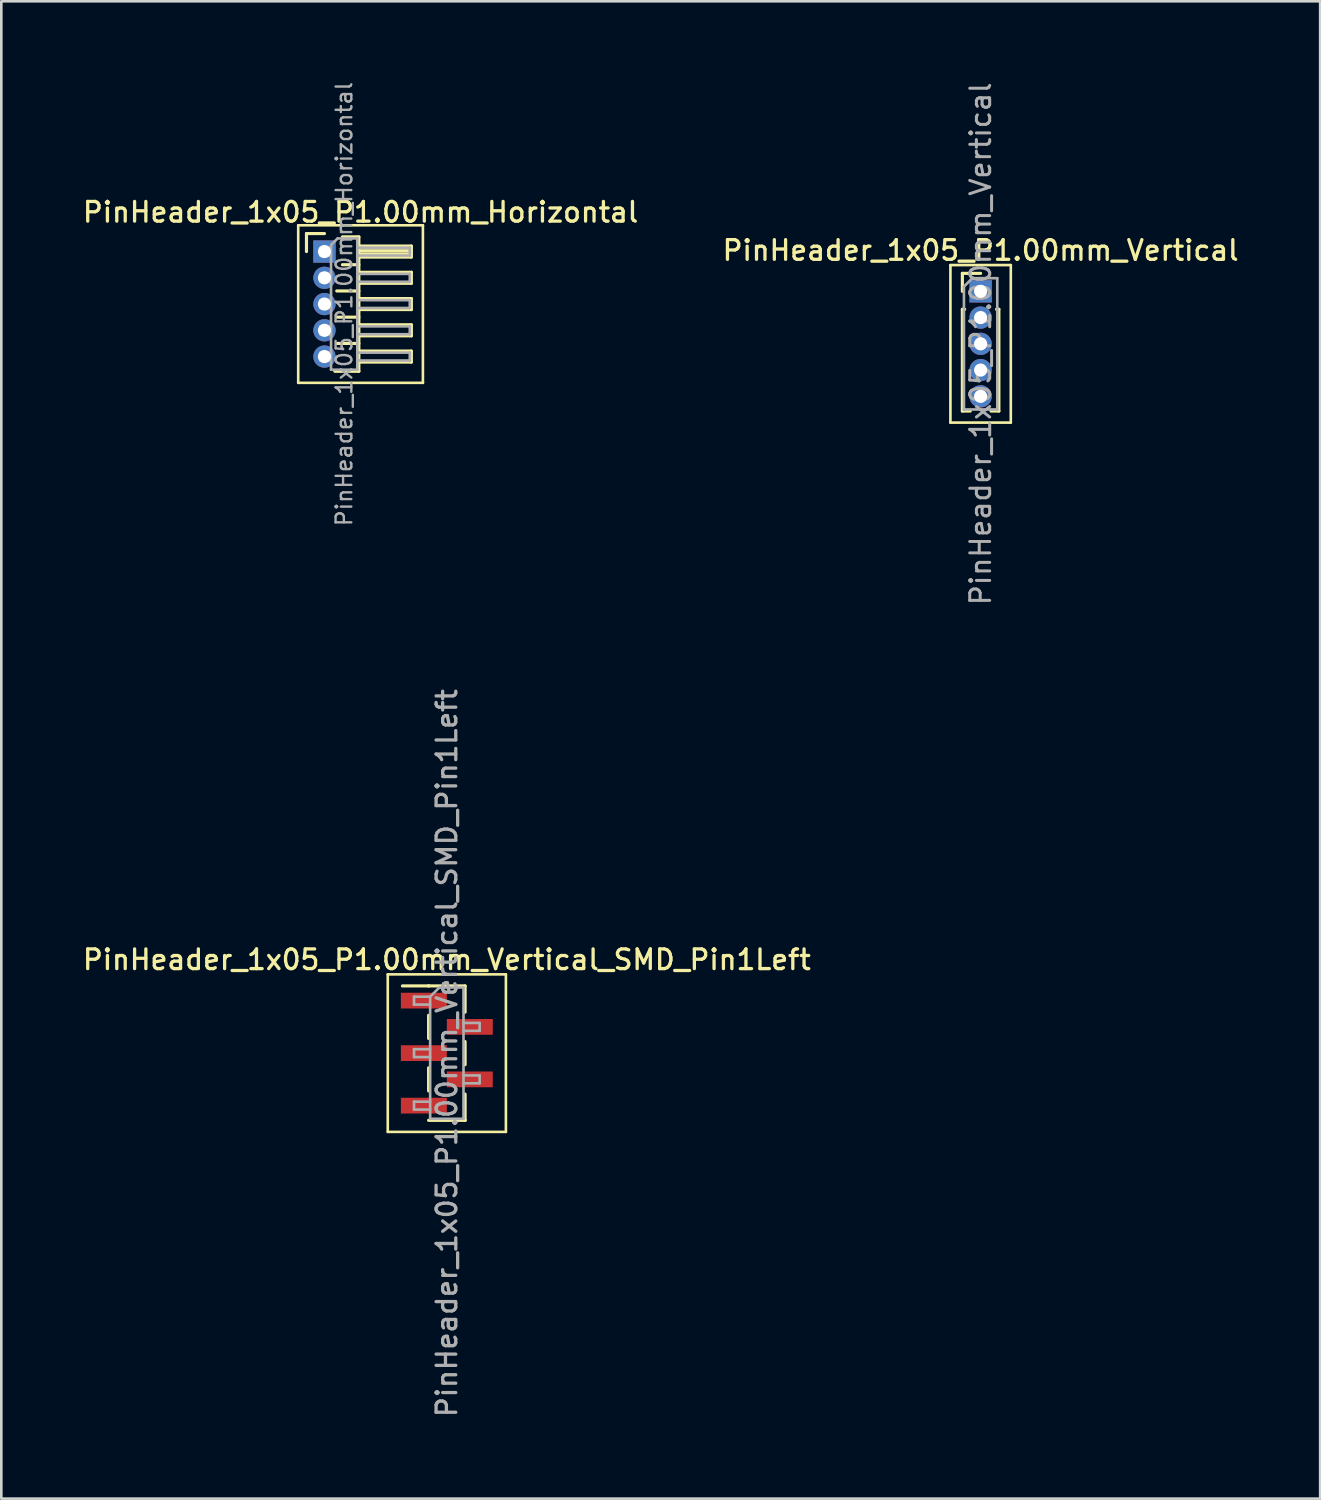
<source format=kicad_pcb>
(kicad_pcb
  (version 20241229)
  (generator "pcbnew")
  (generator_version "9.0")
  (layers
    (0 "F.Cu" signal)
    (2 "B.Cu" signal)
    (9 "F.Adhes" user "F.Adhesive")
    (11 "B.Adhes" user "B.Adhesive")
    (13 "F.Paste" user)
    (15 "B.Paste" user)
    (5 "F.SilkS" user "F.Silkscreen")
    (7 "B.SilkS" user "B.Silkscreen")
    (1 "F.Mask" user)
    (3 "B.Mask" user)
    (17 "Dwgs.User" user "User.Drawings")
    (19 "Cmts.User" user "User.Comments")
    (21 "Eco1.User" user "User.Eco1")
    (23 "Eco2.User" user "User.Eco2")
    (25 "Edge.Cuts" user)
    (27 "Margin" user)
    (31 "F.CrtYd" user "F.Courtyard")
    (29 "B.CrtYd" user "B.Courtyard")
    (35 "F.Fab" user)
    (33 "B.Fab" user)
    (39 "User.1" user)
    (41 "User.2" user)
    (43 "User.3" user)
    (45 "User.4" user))
  (footprint "PinHeader_1x05_P1.00mm_Vertical_SMD_Pin1Left"
    (layer "F.Cu")
    (at 13.97 37.064)
    (property "Reference" "PinHeader_1x05_P1.00mm_Vertical_SMD_Pin1Left" (at 0 -3.56 0) (layer "F.SilkS") (effects (font (size 0.75 0.75) (thickness 0.125))))
    (attr smd)
    (fp_line (start -2.25 -3) (end -2.25 3) (stroke (width 0.1) (type solid)) (layer "F.SilkS"))
    (fp_line (start -2.25 3) (end 2.25 3) (stroke (width 0.1) (type solid)) (layer "F.SilkS"))
    (fp_line (start -0.695 -2.56) (end -1.69 -2.56) (stroke (width 0.12) (type solid)) (layer "F.SilkS"))
    (fp_line (start -0.695 -2.56) (end -0.695 -2.56) (stroke (width 0.12) (type solid)) (layer "F.SilkS"))
    (fp_line (start -0.695 -2.56) (end 0.695 -2.56) (stroke (width 0.12) (type solid)) (layer "F.SilkS"))
    (fp_line (start -0.695 -1.44) (end -0.695 -0.56) (stroke (width 0.12) (type solid)) (layer "F.SilkS"))
    (fp_line (start -0.695 0.56) (end -0.695 1.44) (stroke (width 0.12) (type solid)) (layer "F.SilkS"))
    (fp_line (start -0.695 2.56) (end 0.695 2.56) (stroke (width 0.12) (type solid)) (layer "F.SilkS"))
    (fp_line (start 0.695 -2.56) (end 0.695 -1.56) (stroke (width 0.12) (type solid)) (layer "F.SilkS"))
    (fp_line (start 0.695 -0.44) (end 0.695 0.44) (stroke (width 0.12) (type solid)) (layer "F.SilkS"))
    (fp_line (start 0.695 1.56) (end 0.695 2.56) (stroke (width 0.12) (type solid)) (layer "F.SilkS"))
    (fp_line (start 0.695 2.56) (end 0.695 2.56) (stroke (width 0.12) (type solid)) (layer "F.SilkS"))
    (fp_line (start 2.25 -3) (end -2.25 -3) (stroke (width 0.1) (type solid)) (layer "F.SilkS"))
    (fp_line (start 2.25 3) (end 2.25 -3) (stroke (width 0.1) (type solid)) (layer "F.SilkS"))
    (fp_line (start -1.25 -2.15) (end -1.25 -1.85) (stroke (width 0.1) (type solid)) (layer "F.Fab"))
    (fp_line (start -1.25 -1.85) (end -0.635 -1.85) (stroke (width 0.1) (type solid)) (layer "F.Fab"))
    (fp_line (start -1.25 -0.15) (end -1.25 0.15) (stroke (width 0.1) (type solid)) (layer "F.Fab"))
    (fp_line (start -1.25 0.15) (end -0.635 0.15) (stroke (width 0.1) (type solid)) (layer "F.Fab"))
    (fp_line (start -1.25 1.85) (end -1.25 2.15) (stroke (width 0.1) (type solid)) (layer "F.Fab"))
    (fp_line (start -1.25 2.15) (end -0.635 2.15) (stroke (width 0.1) (type solid)) (layer "F.Fab"))
    (fp_line (start -0.635 -2.15) (end -1.25 -2.15) (stroke (width 0.1) (type solid)) (layer "F.Fab"))
    (fp_line (start -0.635 -2.15) (end -0.285 -2.5) (stroke (width 0.1) (type solid)) (layer "F.Fab"))
    (fp_line (start -0.635 -0.15) (end -1.25 -0.15) (stroke (width 0.1) (type solid)) (layer "F.Fab"))
    (fp_line (start -0.635 1.85) (end -1.25 1.85) (stroke (width 0.1) (type solid)) (layer "F.Fab"))
    (fp_line (start -0.635 2.5) (end -0.635 -2.15) (stroke (width 0.1) (type solid)) (layer "F.Fab"))
    (fp_line (start -0.285 -2.5) (end 0.635 -2.5) (stroke (width 0.1) (type solid)) (layer "F.Fab"))
    (fp_line (start 0.635 -2.5) (end 0.635 2.5) (stroke (width 0.1) (type solid)) (layer "F.Fab"))
    (fp_line (start 0.635 -1.15) (end 1.25 -1.15) (stroke (width 0.1) (type solid)) (layer "F.Fab"))
    (fp_line (start 0.635 0.85) (end 1.25 0.85) (stroke (width 0.1) (type solid)) (layer "F.Fab"))
    (fp_line (start 0.635 2.5) (end -0.635 2.5) (stroke (width 0.1) (type solid)) (layer "F.Fab"))
    (fp_line (start 1.25 -1.15) (end 1.25 -0.85) (stroke (width 0.1) (type solid)) (layer "F.Fab"))
    (fp_line (start 1.25 -0.85) (end 0.635 -0.85) (stroke (width 0.1) (type solid)) (layer "F.Fab"))
    (fp_line (start 1.25 0.85) (end 1.25 1.15) (stroke (width 0.1) (type solid)) (layer "F.Fab"))
    (fp_line (start 1.25 1.15) (end 0.635 1.15) (stroke (width 0.1) (type solid)) (layer "F.Fab"))
    (fp_text user "${REFERENCE}" (at 0 0 90) (layer "F.Fab") (effects (font (size 0.75 0.75) (thickness 0.125))))
    (pad "1" smd rect (at -0.875 -2) (size 1.75 0.6) (layers "F.Cu" "F.Mask" "F.Paste"))
    (pad "2" smd rect (at 0.875 -1) (size 1.75 0.6) (layers "F.Cu" "F.Mask" "F.Paste"))
    (pad "3" smd rect (at -0.875 0) (size 1.75 0.6) (layers "F.Cu" "F.Mask" "F.Paste"))
    (pad "4" smd rect (at 0.875 1) (size 1.75 0.6) (layers "F.Cu" "F.Mask" "F.Paste"))
    (pad "5" smd rect (at -0.875 2) (size 1.75 0.6) (layers "F.Cu" "F.Mask" "F.Paste")))
  (footprint "PinHeader_1x05_P1.00mm_Horizontal"
    (layer "F.Cu")
    (at 9.309 6.532)
    (property "Reference" "PinHeader_1x05_P1.00mm_Horizontal" (at 1.375 -1.5 0) (layer "F.SilkS") (effects (font (size 0.75 0.75) (thickness 0.125))))
    (attr through_hole)
    (fp_line (start -1 -1) (end -1 5) (stroke (width 0.1) (type solid)) (layer "F.SilkS"))
    (fp_line (start -1 5) (end 3.75 5) (stroke (width 0.1) (type solid)) (layer "F.SilkS"))
    (fp_line (start -0.685 -0.685) (end 0 -0.685) (stroke (width 0.12) (type solid)) (layer "F.SilkS"))
    (fp_line (start -0.685 0) (end -0.685 -0.685) (stroke (width 0.12) (type solid)) (layer "F.SilkS"))
    (fp_line (start 0.468 1.5) (end 1.31 1.5) (stroke (width 0.12) (type solid)) (layer "F.SilkS"))
    (fp_line (start 0.468 2.5) (end 1.31 2.5) (stroke (width 0.12) (type solid)) (layer "F.SilkS"))
    (fp_line (start 0.468 3.5) (end 1.31 3.5) (stroke (width 0.12) (type solid)) (layer "F.SilkS"))
    (fp_line (start 0.685 -0.56) (end 1.31 -0.56) (stroke (width 0.12) (type solid)) (layer "F.SilkS"))
    (fp_line (start 0.685 0.5) (end 1.31 0.5) (stroke (width 0.12) (type solid)) (layer "F.SilkS"))
    (fp_line (start 1.31 -0.56) (end 1.31 4.56) (stroke (width 0.12) (type solid)) (layer "F.SilkS"))
    (fp_line (start 1.31 -0.21) (end 3.31 -0.21) (stroke (width 0.12) (type solid)) (layer "F.SilkS"))
    (fp_line (start 1.31 -0.15) (end 3.31 -0.15) (stroke (width 0.12) (type solid)) (layer "F.SilkS"))
    (fp_line (start 1.31 -0.03) (end 3.31 -0.03) (stroke (width 0.12) (type solid)) (layer "F.SilkS"))
    (fp_line (start 1.31 0.09) (end 3.31 0.09) (stroke (width 0.12) (type solid)) (layer "F.SilkS"))
    (fp_line (start 1.31 0.79) (end 3.31 0.79) (stroke (width 0.12) (type solid)) (layer "F.SilkS"))
    (fp_line (start 1.31 1.79) (end 3.31 1.79) (stroke (width 0.12) (type solid)) (layer "F.SilkS"))
    (fp_line (start 1.31 2.79) (end 3.31 2.79) (stroke (width 0.12) (type solid)) (layer "F.SilkS"))
    (fp_line (start 1.31 3.79) (end 3.31 3.79) (stroke (width 0.12) (type solid)) (layer "F.SilkS"))
    (fp_line (start 1.31 4.56) (end 0.394 4.56) (stroke (width 0.12) (type solid)) (layer "F.SilkS"))
    (fp_line (start 3.31 -0.21) (end 3.31 0.21) (stroke (width 0.12) (type solid)) (layer "F.SilkS"))
    (fp_line (start 3.31 0.21) (end 1.31 0.21) (stroke (width 0.12) (type solid)) (layer "F.SilkS"))
    (fp_line (start 3.31 0.79) (end 3.31 1.21) (stroke (width 0.12) (type solid)) (layer "F.SilkS"))
    (fp_line (start 3.31 1.21) (end 1.31 1.21) (stroke (width 0.12) (type solid)) (layer "F.SilkS"))
    (fp_line (start 3.31 1.79) (end 3.31 2.21) (stroke (width 0.12) (type solid)) (layer "F.SilkS"))
    (fp_line (start 3.31 2.21) (end 1.31 2.21) (stroke (width 0.12) (type solid)) (layer "F.SilkS"))
    (fp_line (start 3.31 2.79) (end 3.31 3.21) (stroke (width 0.12) (type solid)) (layer "F.SilkS"))
    (fp_line (start 3.31 3.21) (end 1.31 3.21) (stroke (width 0.12) (type solid)) (layer "F.SilkS"))
    (fp_line (start 3.31 3.79) (end 3.31 4.21) (stroke (width 0.12) (type solid)) (layer "F.SilkS"))
    (fp_line (start 3.31 4.21) (end 1.31 4.21) (stroke (width 0.12) (type solid)) (layer "F.SilkS"))
    (fp_line (start 3.75 -1) (end -1 -1) (stroke (width 0.1) (type solid)) (layer "F.SilkS"))
    (fp_line (start 3.75 5) (end 3.75 -1) (stroke (width 0.1) (type solid)) (layer "F.SilkS"))
    (fp_line (start -0.15 -0.15) (end -0.15 0.15) (stroke (width 0.1) (type solid)) (layer "F.Fab"))
    (fp_line (start -0.15 -0.15) (end 0.25 -0.15) (stroke (width 0.1) (type solid)) (layer "F.Fab"))
    (fp_line (start -0.15 0.15) (end 0.25 0.15) (stroke (width 0.1) (type solid)) (layer "F.Fab"))
    (fp_line (start -0.15 0.85) (end -0.15 1.15) (stroke (width 0.1) (type solid)) (layer "F.Fab"))
    (fp_line (start -0.15 0.85) (end 0.25 0.85) (stroke (width 0.1) (type solid)) (layer "F.Fab"))
    (fp_line (start -0.15 1.15) (end 0.25 1.15) (stroke (width 0.1) (type solid)) (layer "F.Fab"))
    (fp_line (start -0.15 1.85) (end -0.15 2.15) (stroke (width 0.1) (type solid)) (layer "F.Fab"))
    (fp_line (start -0.15 1.85) (end 0.25 1.85) (stroke (width 0.1) (type solid)) (layer "F.Fab"))
    (fp_line (start -0.15 2.15) (end 0.25 2.15) (stroke (width 0.1) (type solid)) (layer "F.Fab"))
    (fp_line (start -0.15 2.85) (end -0.15 3.15) (stroke (width 0.1) (type solid)) (layer "F.Fab"))
    (fp_line (start -0.15 2.85) (end 0.25 2.85) (stroke (width 0.1) (type solid)) (layer "F.Fab"))
    (fp_line (start -0.15 3.15) (end 0.25 3.15) (stroke (width 0.1) (type solid)) (layer "F.Fab"))
    (fp_line (start -0.15 3.85) (end -0.15 4.15) (stroke (width 0.1) (type solid)) (layer "F.Fab"))
    (fp_line (start -0.15 3.85) (end 0.25 3.85) (stroke (width 0.1) (type solid)) (layer "F.Fab"))
    (fp_line (start -0.15 4.15) (end 0.25 4.15) (stroke (width 0.1) (type solid)) (layer "F.Fab"))
    (fp_line (start 0.25 -0.25) (end 0.5 -0.5) (stroke (width 0.1) (type solid)) (layer "F.Fab"))
    (fp_line (start 0.25 4.5) (end 0.25 -0.25) (stroke (width 0.1) (type solid)) (layer "F.Fab"))
    (fp_line (start 0.5 -0.5) (end 1.25 -0.5) (stroke (width 0.1) (type solid)) (layer "F.Fab"))
    (fp_line (start 1.25 -0.5) (end 1.25 4.5) (stroke (width 0.1) (type solid)) (layer "F.Fab"))
    (fp_line (start 1.25 -0.15) (end 3.25 -0.15) (stroke (width 0.1) (type solid)) (layer "F.Fab"))
    (fp_line (start 1.25 0.15) (end 3.25 0.15) (stroke (width 0.1) (type solid)) (layer "F.Fab"))
    (fp_line (start 1.25 0.85) (end 3.25 0.85) (stroke (width 0.1) (type solid)) (layer "F.Fab"))
    (fp_line (start 1.25 1.15) (end 3.25 1.15) (stroke (width 0.1) (type solid)) (layer "F.Fab"))
    (fp_line (start 1.25 1.85) (end 3.25 1.85) (stroke (width 0.1) (type solid)) (layer "F.Fab"))
    (fp_line (start 1.25 2.15) (end 3.25 2.15) (stroke (width 0.1) (type solid)) (layer "F.Fab"))
    (fp_line (start 1.25 2.85) (end 3.25 2.85) (stroke (width 0.1) (type solid)) (layer "F.Fab"))
    (fp_line (start 1.25 3.15) (end 3.25 3.15) (stroke (width 0.1) (type solid)) (layer "F.Fab"))
    (fp_line (start 1.25 3.85) (end 3.25 3.85) (stroke (width 0.1) (type solid)) (layer "F.Fab"))
    (fp_line (start 1.25 4.15) (end 3.25 4.15) (stroke (width 0.1) (type solid)) (layer "F.Fab"))
    (fp_line (start 1.25 4.5) (end 0.25 4.5) (stroke (width 0.1) (type solid)) (layer "F.Fab"))
    (fp_line (start 3.25 -0.15) (end 3.25 0.15) (stroke (width 0.1) (type solid)) (layer "F.Fab"))
    (fp_line (start 3.25 0.85) (end 3.25 1.15) (stroke (width 0.1) (type solid)) (layer "F.Fab"))
    (fp_line (start 3.25 1.85) (end 3.25 2.15) (stroke (width 0.1) (type solid)) (layer "F.Fab"))
    (fp_line (start 3.25 2.85) (end 3.25 3.15) (stroke (width 0.1) (type solid)) (layer "F.Fab"))
    (fp_line (start 3.25 3.85) (end 3.25 4.15) (stroke (width 0.1) (type solid)) (layer "F.Fab"))
    (fp_text user "${REFERENCE}" (at 0.75 2 90) (layer "F.Fab") (effects (font (size 0.6 0.6) (thickness 0.09))))
    (pad "1" thru_hole rect (at 0 0) (size 0.85 0.85) (drill 0.5) (layers "*.Cu" "*.Mask"))
    (pad "2" thru_hole oval (at 0 1) (size 0.85 0.85) (drill 0.5) (layers "*.Cu" "*.Mask"))
    (pad "3" thru_hole oval (at 0 2) (size 0.85 0.85) (drill 0.5) (layers "*.Cu" "*.Mask"))
    (pad "4" thru_hole oval (at 0 3) (size 0.85 0.85) (drill 0.5) (layers "*.Cu" "*.Mask"))
    (pad "5" thru_hole oval (at 0 4) (size 0.85 0.85) (drill 0.5) (layers "*.Cu" "*.Mask")))
  (footprint "PinHeader_1x05_P1.00mm_Vertical"
    (layer "F.Cu")
    (at 34.302 8.047)
    (property "Reference" "PinHeader_1x05_P1.00mm_Vertical" (at 0 -1.56 0) (layer "F.SilkS") (effects (font (size 0.75 0.75) (thickness 0.125))))
    (attr through_hole)
    (fp_line (start -1.15 -1) (end -1.15 5) (stroke (width 0.1) (type solid)) (layer "F.SilkS"))
    (fp_line (start -1.15 5) (end 1.15 5) (stroke (width 0.1) (type solid)) (layer "F.SilkS"))
    (fp_line (start -0.695 -0.685) (end 0 -0.685) (stroke (width 0.12) (type solid)) (layer "F.SilkS"))
    (fp_line (start -0.695 0) (end -0.695 -0.685) (stroke (width 0.12) (type solid)) (layer "F.SilkS"))
    (fp_line (start -0.695 0.685) (end -0.695 4.56) (stroke (width 0.12) (type solid)) (layer "F.SilkS"))
    (fp_line (start -0.695 0.685) (end -0.608 0.685) (stroke (width 0.12) (type solid)) (layer "F.SilkS"))
    (fp_line (start -0.695 4.56) (end -0.394 4.56) (stroke (width 0.12) (type solid)) (layer "F.SilkS"))
    (fp_line (start 0.394 4.56) (end 0.695 4.56) (stroke (width 0.12) (type solid)) (layer "F.SilkS"))
    (fp_line (start 0.608 0.685) (end 0.695 0.685) (stroke (width 0.12) (type solid)) (layer "F.SilkS"))
    (fp_line (start 0.695 0.685) (end 0.695 4.56) (stroke (width 0.12) (type solid)) (layer "F.SilkS"))
    (fp_line (start 1.15 -1) (end -1.15 -1) (stroke (width 0.1) (type solid)) (layer "F.SilkS"))
    (fp_line (start 1.15 5) (end 1.15 -1) (stroke (width 0.1) (type solid)) (layer "F.SilkS"))
    (fp_line (start -0.635 -0.182) (end -0.318 -0.5) (stroke (width 0.1) (type solid)) (layer "F.Fab"))
    (fp_line (start -0.635 4.5) (end -0.635 -0.182) (stroke (width 0.1) (type solid)) (layer "F.Fab"))
    (fp_line (start -0.318 -0.5) (end 0.635 -0.5) (stroke (width 0.1) (type solid)) (layer "F.Fab"))
    (fp_line (start 0.635 -0.5) (end 0.635 4.5) (stroke (width 0.1) (type solid)) (layer "F.Fab"))
    (fp_line (start 0.635 4.5) (end -0.635 4.5) (stroke (width 0.1) (type solid)) (layer "F.Fab"))
    (fp_text user "${REFERENCE}" (at 0 2 90) (layer "F.Fab") (effects (font (size 0.76 0.76) (thickness 0.114))))
    (pad "1" thru_hole rect (at 0 0) (size 0.85 0.85) (drill 0.5) (layers "*.Cu" "*.Mask"))
    (pad "2" thru_hole oval (at 0 1) (size 0.85 0.85) (drill 0.5) (layers "*.Cu" "*.Mask"))
    (pad "3" thru_hole oval (at 0 2) (size 0.85 0.85) (drill 0.5) (layers "*.Cu" "*.Mask"))
    (pad "4" thru_hole oval (at 0 3) (size 0.85 0.85) (drill 0.5) (layers "*.Cu" "*.Mask"))
    (pad "5" thru_hole oval (at 0 4) (size 0.85 0.85) (drill 0.5) (layers "*.Cu" "*.Mask")))
  (gr_rect
    (start -3 -3)
    (end 47.236 54.034)
    (stroke (width 0.1) (type default))
    (fill no)
    (layer "Edge.Cuts")))
</source>
